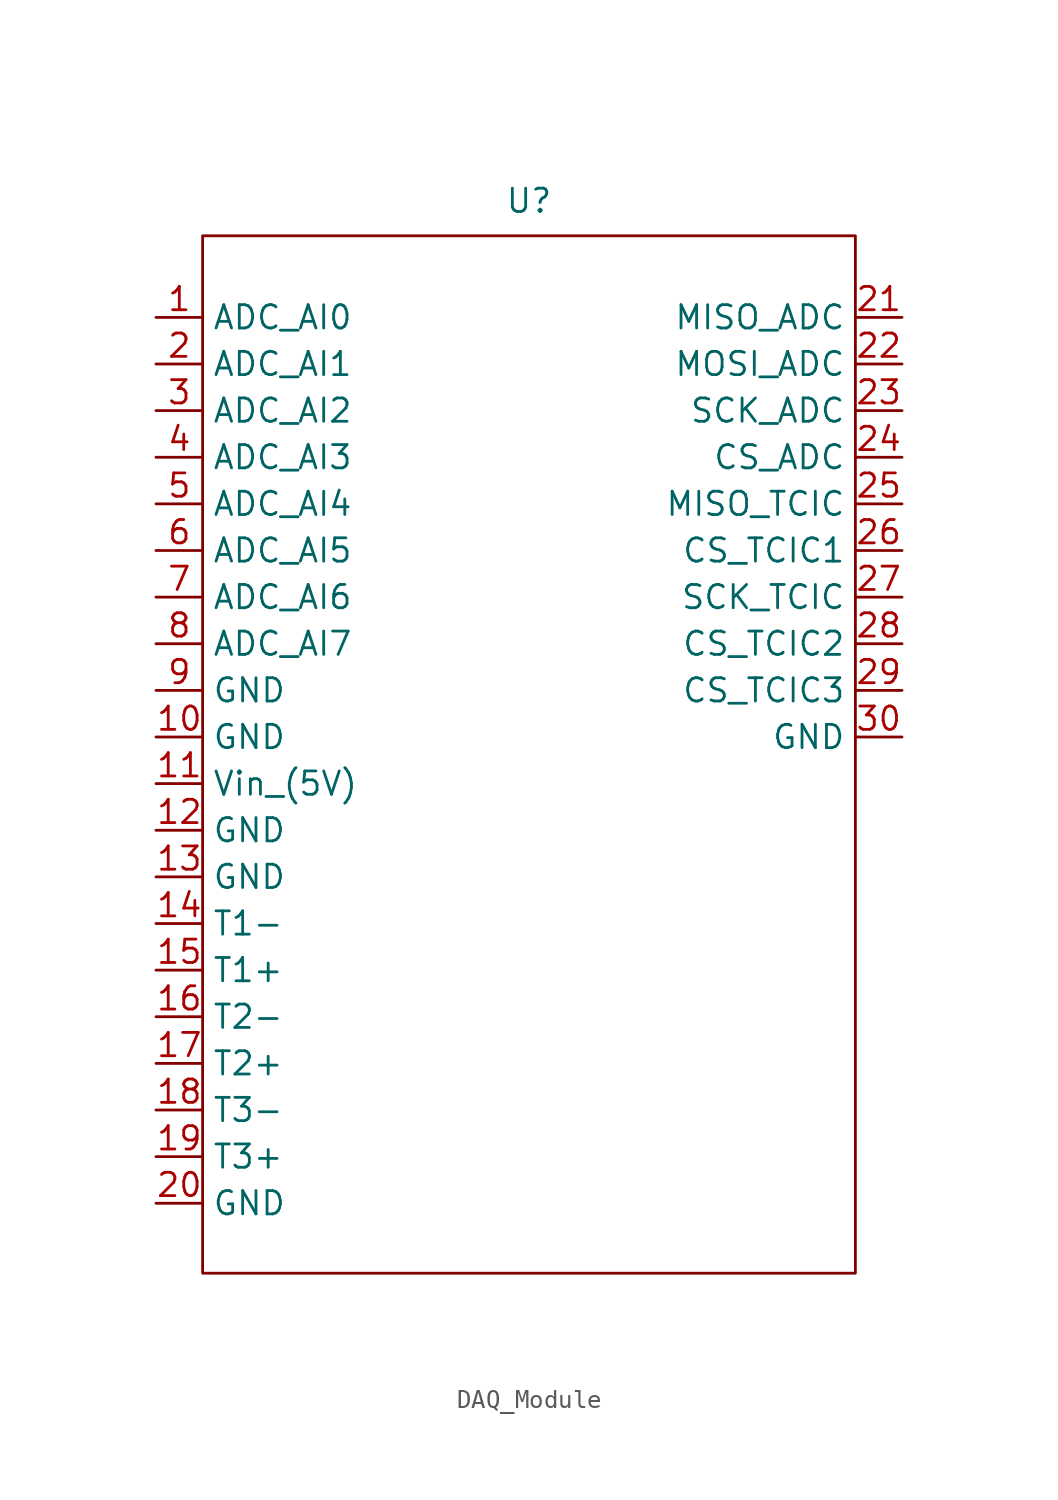
<source format=kicad_sym>
(kicad_symbol_lib
  (version 20241209)
  (generator "kicad_symbol_editor")
  (generator_version "9.0")
  (symbol "DAQ_Module"
    (property "Reference" "U"
      (at 0 0 0)
      (effects (font (size 1.27 1.27))))
    (property "Value" ""
      (at 0 0 0)
      (effects (font (size 1.27 1.27))))
    (symbol "DAQ_Module_0_1"
      (rectangle (start -17.78 -1.905) (end 17.78 -58.42) (stroke (width 0) (type default)) (fill (type none))))
    (symbol "DAQ_Module_1_1"
      (pin input line (at -20.32 -6.35 0) (length 2.54) (name "ADC_AI0" (effects (font (size 1.27 1.27)))) (number "1" (effects (font (size 1.27 1.27)))))
      (pin input line (at -20.32 -8.89 0) (length 2.54) (name "ADC_AI1" (effects (font (size 1.27 1.27)))) (number "2" (effects (font (size 1.27 1.27)))))
      (pin input line (at -20.32 -11.43 0) (length 2.54) (name "ADC_AI2" (effects (font (size 1.27 1.27)))) (number "3" (effects (font (size 1.27 1.27)))))
      (pin input line (at -20.32 -13.97 0) (length 2.54) (name "ADC_AI3" (effects (font (size 1.27 1.27)))) (number "4" (effects (font (size 1.27 1.27)))))
      (pin input line (at -20.32 -16.51 0) (length 2.54) (name "ADC_AI4" (effects (font (size 1.27 1.27)))) (number "5" (effects (font (size 1.27 1.27)))))
      (pin input line (at -20.32 -19.05 0) (length 2.54) (name "ADC_AI5" (effects (font (size 1.27 1.27)))) (number "6" (effects (font (size 1.27 1.27)))))
      (pin input line (at -20.32 -21.59 0) (length 2.54) (name "ADC_AI6" (effects (font (size 1.27 1.27)))) (number "7" (effects (font (size 1.27 1.27)))))
      (pin input line (at -20.32 -24.13 0) (length 2.54) (name "ADC_AI7" (effects (font (size 1.27 1.27)))) (number "8" (effects (font (size 1.27 1.27)))))
      (pin power_in line (at -20.32 -26.67 0) (length 2.54) (name "GND" (effects (font (size 1.27 1.27)))) (number "9" (effects (font (size 1.27 1.27)))))
      (pin power_in line (at -20.32 -29.21 0) (length 2.54) (name "GND" (effects (font (size 1.27 1.27)))) (number "10" (effects (font (size 1.27 1.27)))))
      (pin power_in line (at -20.32 -31.75 0) (length 2.54) (name "Vin_(5V)" (effects (font (size 1.27 1.27)))) (number "11" (effects (font (size 1.27 1.27)))))
      (pin power_in line (at -20.32 -34.29 0) (length 2.54) (name "GND" (effects (font (size 1.27 1.27)))) (number "12" (effects (font (size 1.27 1.27)))))
      (pin power_in line (at -20.32 -36.83 0) (length 2.54) (name "GND" (effects (font (size 1.27 1.27)))) (number "13" (effects (font (size 1.27 1.27)))))
      (pin input line (at -20.32 -39.37 0) (length 2.54) (name "T1-" (effects (font (size 1.27 1.27)))) (number "14" (effects (font (size 1.27 1.27)))))
      (pin input line (at -20.32 -41.91 0) (length 2.54) (name "T1+" (effects (font (size 1.27 1.27)))) (number "15" (effects (font (size 1.27 1.27)))))
      (pin input line (at -20.32 -44.45 0) (length 2.54) (name "T2-" (effects (font (size 1.27 1.27)))) (number "16" (effects (font (size 1.27 1.27)))))
      (pin input line (at -20.32 -46.99 0) (length 2.54) (name "T2+" (effects (font (size 1.27 1.27)))) (number "17" (effects (font (size 1.27 1.27)))))
      (pin input line (at -20.32 -49.53 0) (length 2.54) (name "T3-" (effects (font (size 1.27 1.27)))) (number "18" (effects (font (size 1.27 1.27)))))
      (pin input line (at -20.32 -52.07 0) (length 2.54) (name "T3+" (effects (font (size 1.27 1.27)))) (number "19" (effects (font (size 1.27 1.27)))))
      (pin power_in line (at -20.32 -54.61 0) (length 2.54) (name "GND" (effects (font (size 1.27 1.27)))) (number "20" (effects (font (size 1.27 1.27)))))
      (pin output line (at 20.32 -6.35 180) (length 2.54) (name "MISO_ADC" (effects (font (size 1.27 1.27)))) (number "21" (effects (font (size 1.27 1.27)))))
      (pin input line (at 20.32 -8.89 180) (length 2.54) (name "MOSI_ADC" (effects (font (size 1.27 1.27)))) (number "22" (effects (font (size 1.27 1.27)))))
      (pin input line (at 20.32 -11.43 180) (length 2.54) (name "SCK_ADC" (effects (font (size 1.27 1.27)))) (number "23" (effects (font (size 1.27 1.27)))))
      (pin input line (at 20.32 -13.97 180) (length 2.54) (name "CS_ADC" (effects (font (size 1.27 1.27)))) (number "24" (effects (font (size 1.27 1.27)))))
      (pin output line (at 20.32 -16.51 180) (length 2.54) (name "MISO_TCIC" (effects (font (size 1.27 1.27)))) (number "25" (effects (font (size 1.27 1.27)))))
      (pin input line (at 20.32 -19.05 180) (length 2.54) (name "CS_TCIC1" (effects (font (size 1.27 1.27)))) (number "26" (effects (font (size 1.27 1.27)))))
      (pin input line (at 20.32 -21.59 180) (length 2.54) (name "SCK_TCIC" (effects (font (size 1.27 1.27)))) (number "27" (effects (font (size 1.27 1.27)))))
      (pin input line (at 20.32 -24.13 180) (length 2.54) (name "CS_TCIC2" (effects (font (size 1.27 1.27)))) (number "28" (effects (font (size 1.27 1.27)))))
      (pin input line (at 20.32 -26.67 180) (length 2.54) (name "CS_TCIC3" (effects (font (size 1.27 1.27)))) (number "29" (effects (font (size 1.27 1.27)))))
      (pin power_in line (at 20.32 -29.21 180) (length 2.54) (name "GND" (effects (font (size 1.27 1.27)))) (number "30" (effects (font (size 1.27 1.27))))))))
</source>
